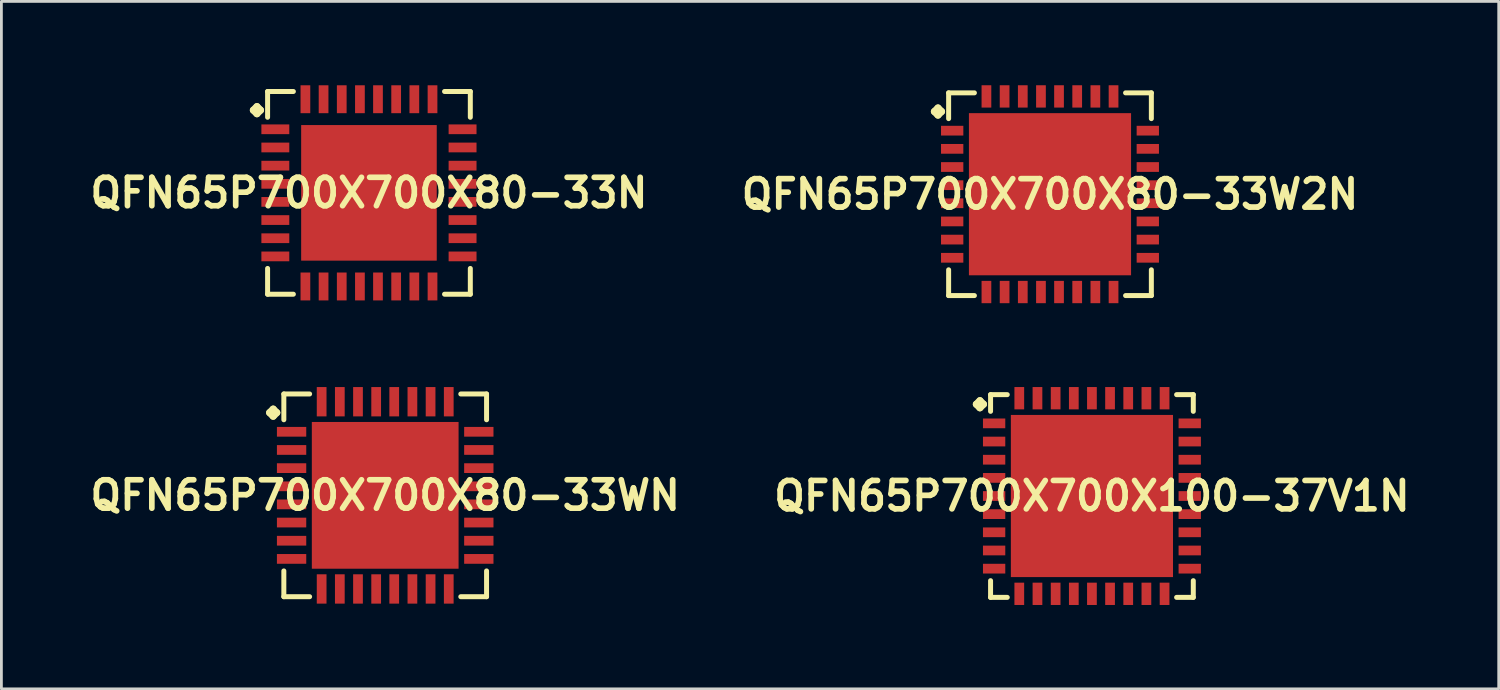
<source format=kicad_pcb>
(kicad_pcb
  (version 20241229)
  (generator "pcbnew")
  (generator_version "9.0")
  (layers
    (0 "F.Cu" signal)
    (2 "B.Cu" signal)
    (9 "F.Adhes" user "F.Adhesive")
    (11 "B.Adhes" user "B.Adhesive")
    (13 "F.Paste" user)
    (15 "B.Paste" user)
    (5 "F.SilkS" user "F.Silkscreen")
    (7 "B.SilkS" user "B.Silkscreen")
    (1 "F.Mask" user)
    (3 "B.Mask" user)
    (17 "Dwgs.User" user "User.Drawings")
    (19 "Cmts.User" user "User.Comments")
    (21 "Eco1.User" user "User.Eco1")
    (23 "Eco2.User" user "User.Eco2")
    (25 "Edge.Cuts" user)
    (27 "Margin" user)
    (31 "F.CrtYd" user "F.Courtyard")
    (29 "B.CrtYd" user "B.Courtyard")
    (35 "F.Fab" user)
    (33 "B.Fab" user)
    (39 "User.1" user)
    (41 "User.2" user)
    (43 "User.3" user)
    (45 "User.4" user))
  (footprint "QFN65P700X700X80-33WN"
    (layer "F.Cu")
    (at 10.726 14.665)
    (property "Reference" "QFN65P700X700X80-33WN" (at 0 0 0) (layer "F.SilkS") (effects (font (size 1.016 1.016) (thickness 0.203))))
    (attr smd)
    (fp_line (start -4.133 -2.957) (end -4.006 -3.084) (stroke (width 0.254) (type solid)) (layer "F.SilkS"))
    (fp_line (start -4.006 -3.084) (end -3.879 -2.957) (stroke (width 0.254) (type solid)) (layer "F.SilkS"))
    (fp_line (start -4.006 -2.83) (end -4.133 -2.957) (stroke (width 0.254) (type solid)) (layer "F.SilkS"))
    (fp_line (start -3.879 -2.957) (end -4.006 -2.83) (stroke (width 0.254) (type solid)) (layer "F.SilkS"))
    (fp_line (start -3.625 -3.625) (end -2.703 -3.625) (stroke (width 0.178) (type solid)) (layer "F.SilkS"))
    (fp_line (start -3.625 -2.703) (end -3.625 -3.625) (stroke (width 0.178) (type solid)) (layer "F.SilkS"))
    (fp_line (start -3.625 2.703) (end -3.625 3.625) (stroke (width 0.178) (type solid)) (layer "F.SilkS"))
    (fp_line (start -3.625 3.625) (end -2.703 3.625) (stroke (width 0.178) (type solid)) (layer "F.SilkS"))
    (fp_line (start 2.703 -3.625) (end 3.625 -3.625) (stroke (width 0.178) (type solid)) (layer "F.SilkS"))
    (fp_line (start 2.703 3.625) (end 3.625 3.625) (stroke (width 0.178) (type solid)) (layer "F.SilkS"))
    (fp_line (start 3.625 -3.625) (end 3.625 -2.703) (stroke (width 0.178) (type solid)) (layer "F.SilkS"))
    (fp_line (start 3.625 3.625) (end 3.625 2.703) (stroke (width 0.178) (type solid)) (layer "F.SilkS"))
    (pad "1" smd rect (at -3.348 -2.273) (size 1.049 0.348) (layers "F.Cu" "F.Mask" "F.Paste"))
    (pad "2" smd rect (at -3.348 -1.623) (size 1.049 0.348) (layers "F.Cu" "F.Mask" "F.Paste"))
    (pad "3" smd rect (at -3.348 -0.973) (size 1.049 0.348) (layers "F.Cu" "F.Mask" "F.Paste"))
    (pad "4" smd rect (at -3.348 -0.323) (size 1.049 0.348) (layers "F.Cu" "F.Mask" "F.Paste"))
    (pad "5" smd rect (at -3.348 0.323) (size 1.049 0.348) (layers "F.Cu" "F.Mask" "F.Paste"))
    (pad "6" smd rect (at -3.348 0.973) (size 1.049 0.348) (layers "F.Cu" "F.Mask" "F.Paste"))
    (pad "7" smd rect (at -3.348 1.623) (size 1.049 0.348) (layers "F.Cu" "F.Mask" "F.Paste"))
    (pad "8" smd rect (at -3.348 2.273) (size 1.049 0.348) (layers "F.Cu" "F.Mask" "F.Paste"))
    (pad "9" smd rect (at -2.273 3.348) (size 0.348 1.049) (layers "F.Cu" "F.Mask" "F.Paste"))
    (pad "10" smd rect (at -1.623 3.348) (size 0.348 1.049) (layers "F.Cu" "F.Mask" "F.Paste"))
    (pad "11" smd rect (at -0.973 3.348) (size 0.348 1.049) (layers "F.Cu" "F.Mask" "F.Paste"))
    (pad "12" smd rect (at -0.323 3.348) (size 0.348 1.049) (layers "F.Cu" "F.Mask" "F.Paste"))
    (pad "13" smd rect (at 0.323 3.348) (size 0.348 1.049) (layers "F.Cu" "F.Mask" "F.Paste"))
    (pad "14" smd rect (at 0.973 3.348) (size 0.348 1.049) (layers "F.Cu" "F.Mask" "F.Paste"))
    (pad "15" smd rect (at 1.623 3.348) (size 0.348 1.049) (layers "F.Cu" "F.Mask" "F.Paste"))
    (pad "16" smd rect (at 2.273 3.348) (size 0.348 1.049) (layers "F.Cu" "F.Mask" "F.Paste"))
    (pad "17" smd rect (at 3.348 2.273) (size 1.049 0.348) (layers "F.Cu" "F.Mask" "F.Paste"))
    (pad "18" smd rect (at 3.348 1.623) (size 1.049 0.348) (layers "F.Cu" "F.Mask" "F.Paste"))
    (pad "19" smd rect (at 3.348 0.973) (size 1.049 0.348) (layers "F.Cu" "F.Mask" "F.Paste"))
    (pad "20" smd rect (at 3.348 0.323) (size 1.049 0.348) (layers "F.Cu" "F.Mask" "F.Paste"))
    (pad "21" smd rect (at 3.348 -0.323) (size 1.049 0.348) (layers "F.Cu" "F.Mask" "F.Paste"))
    (pad "22" smd rect (at 3.348 -0.973) (size 1.049 0.348) (layers "F.Cu" "F.Mask" "F.Paste"))
    (pad "23" smd rect (at 3.348 -1.623) (size 1.049 0.348) (layers "F.Cu" "F.Mask" "F.Paste"))
    (pad "24" smd rect (at 3.348 -2.273) (size 1.049 0.348) (layers "F.Cu" "F.Mask" "F.Paste"))
    (pad "25" smd rect (at 2.273 -3.348) (size 0.348 1.049) (layers "F.Cu" "F.Mask" "F.Paste"))
    (pad "26" smd rect (at 1.623 -3.348) (size 0.348 1.049) (layers "F.Cu" "F.Mask" "F.Paste"))
    (pad "27" smd rect (at 0.973 -3.348) (size 0.348 1.049) (layers "F.Cu" "F.Mask" "F.Paste"))
    (pad "28" smd rect (at 0.323 -3.348) (size 0.348 1.049) (layers "F.Cu" "F.Mask" "F.Paste"))
    (pad "29" smd rect (at -0.323 -3.348) (size 0.348 1.049) (layers "F.Cu" "F.Mask" "F.Paste"))
    (pad "30" smd rect (at -0.973 -3.348) (size 0.348 1.049) (layers "F.Cu" "F.Mask" "F.Paste"))
    (pad "31" smd rect (at -1.623 -3.348) (size 0.348 1.049) (layers "F.Cu" "F.Mask" "F.Paste"))
    (pad "32" smd rect (at -2.273 -3.348) (size 0.348 1.049) (layers "F.Cu" "F.Mask" "F.Paste"))
    (pad "33" smd rect (at 0 0) (size 5.248 5.248) (layers "F.Cu" "F.Mask" "F.Paste")))
  (footprint "QFN65P700X700X80-33W2N"
    (layer "F.Cu")
    (at 34.501 3.896)
    (property "Reference" "QFN65P700X700X80-33W2N" (at 0 0 0) (layer "F.SilkS") (effects (font (size 1.016 1.016) (thickness 0.203))))
    (attr smd)
    (fp_line (start -4.133 -2.957) (end -4.006 -3.084) (stroke (width 0.254) (type solid)) (layer "F.SilkS"))
    (fp_line (start -4.006 -3.084) (end -3.879 -2.957) (stroke (width 0.254) (type solid)) (layer "F.SilkS"))
    (fp_line (start -4.006 -2.83) (end -4.133 -2.957) (stroke (width 0.254) (type solid)) (layer "F.SilkS"))
    (fp_line (start -3.879 -2.957) (end -4.006 -2.83) (stroke (width 0.254) (type solid)) (layer "F.SilkS"))
    (fp_line (start -3.625 -3.625) (end -2.703 -3.625) (stroke (width 0.178) (type solid)) (layer "F.SilkS"))
    (fp_line (start -3.625 -2.703) (end -3.625 -3.625) (stroke (width 0.178) (type solid)) (layer "F.SilkS"))
    (fp_line (start -3.625 2.703) (end -3.625 3.625) (stroke (width 0.178) (type solid)) (layer "F.SilkS"))
    (fp_line (start -3.625 3.625) (end -2.703 3.625) (stroke (width 0.178) (type solid)) (layer "F.SilkS"))
    (fp_line (start 2.703 -3.625) (end 3.625 -3.625) (stroke (width 0.178) (type solid)) (layer "F.SilkS"))
    (fp_line (start 2.703 3.625) (end 3.625 3.625) (stroke (width 0.178) (type solid)) (layer "F.SilkS"))
    (fp_line (start 3.625 -3.625) (end 3.625 -2.703) (stroke (width 0.178) (type solid)) (layer "F.SilkS"))
    (fp_line (start 3.625 3.625) (end 3.625 2.703) (stroke (width 0.178) (type solid)) (layer "F.SilkS"))
    (pad "1" smd rect (at -3.498 -2.273) (size 0.798 0.348) (layers "F.Cu" "F.Mask" "F.Paste"))
    (pad "2" smd rect (at -3.498 -1.623) (size 0.798 0.348) (layers "F.Cu" "F.Mask" "F.Paste"))
    (pad "3" smd rect (at -3.498 -0.973) (size 0.798 0.348) (layers "F.Cu" "F.Mask" "F.Paste"))
    (pad "4" smd rect (at -3.498 -0.323) (size 0.798 0.348) (layers "F.Cu" "F.Mask" "F.Paste"))
    (pad "5" smd rect (at -3.498 0.323) (size 0.798 0.348) (layers "F.Cu" "F.Mask" "F.Paste"))
    (pad "6" smd rect (at -3.498 0.973) (size 0.798 0.348) (layers "F.Cu" "F.Mask" "F.Paste"))
    (pad "7" smd rect (at -3.498 1.623) (size 0.798 0.348) (layers "F.Cu" "F.Mask" "F.Paste"))
    (pad "8" smd rect (at -3.498 2.273) (size 0.798 0.348) (layers "F.Cu" "F.Mask" "F.Paste"))
    (pad "9" smd rect (at -2.273 3.498) (size 0.348 0.798) (layers "F.Cu" "F.Mask" "F.Paste"))
    (pad "10" smd rect (at -1.623 3.498) (size 0.348 0.798) (layers "F.Cu" "F.Mask" "F.Paste"))
    (pad "11" smd rect (at -0.973 3.498) (size 0.348 0.798) (layers "F.Cu" "F.Mask" "F.Paste"))
    (pad "12" smd rect (at -0.323 3.498) (size 0.348 0.798) (layers "F.Cu" "F.Mask" "F.Paste"))
    (pad "13" smd rect (at 0.323 3.498) (size 0.348 0.798) (layers "F.Cu" "F.Mask" "F.Paste"))
    (pad "14" smd rect (at 0.973 3.498) (size 0.348 0.798) (layers "F.Cu" "F.Mask" "F.Paste"))
    (pad "15" smd rect (at 1.623 3.498) (size 0.348 0.798) (layers "F.Cu" "F.Mask" "F.Paste"))
    (pad "16" smd rect (at 2.273 3.498) (size 0.348 0.798) (layers "F.Cu" "F.Mask" "F.Paste"))
    (pad "17" smd rect (at 3.498 2.273) (size 0.798 0.348) (layers "F.Cu" "F.Mask" "F.Paste"))
    (pad "18" smd rect (at 3.498 1.623) (size 0.798 0.348) (layers "F.Cu" "F.Mask" "F.Paste"))
    (pad "19" smd rect (at 3.498 0.973) (size 0.798 0.348) (layers "F.Cu" "F.Mask" "F.Paste"))
    (pad "20" smd rect (at 3.498 0.323) (size 0.798 0.348) (layers "F.Cu" "F.Mask" "F.Paste"))
    (pad "21" smd rect (at 3.498 -0.323) (size 0.798 0.348) (layers "F.Cu" "F.Mask" "F.Paste"))
    (pad "22" smd rect (at 3.498 -0.973) (size 0.798 0.348) (layers "F.Cu" "F.Mask" "F.Paste"))
    (pad "23" smd rect (at 3.498 -1.623) (size 0.798 0.348) (layers "F.Cu" "F.Mask" "F.Paste"))
    (pad "24" smd rect (at 3.498 -2.273) (size 0.798 0.348) (layers "F.Cu" "F.Mask" "F.Paste"))
    (pad "25" smd rect (at 2.273 -3.498) (size 0.348 0.798) (layers "F.Cu" "F.Mask" "F.Paste"))
    (pad "26" smd rect (at 1.623 -3.498) (size 0.348 0.798) (layers "F.Cu" "F.Mask" "F.Paste"))
    (pad "27" smd rect (at 0.973 -3.498) (size 0.348 0.798) (layers "F.Cu" "F.Mask" "F.Paste"))
    (pad "28" smd rect (at 0.323 -3.498) (size 0.348 0.798) (layers "F.Cu" "F.Mask" "F.Paste"))
    (pad "29" smd rect (at -0.323 -3.498) (size 0.348 0.798) (layers "F.Cu" "F.Mask" "F.Paste"))
    (pad "30" smd rect (at -0.973 -3.498) (size 0.348 0.798) (layers "F.Cu" "F.Mask" "F.Paste"))
    (pad "31" smd rect (at -1.623 -3.498) (size 0.348 0.798) (layers "F.Cu" "F.Mask" "F.Paste"))
    (pad "32" smd rect (at -2.273 -3.498) (size 0.348 0.798) (layers "F.Cu" "F.Mask" "F.Paste"))
    (pad "33" smd rect (at 0 0) (size 5.799 5.799) (layers "F.Cu" "F.Mask" "F.Paste")))
  (footprint "QFN65P700X700X80-33N"
    (layer "F.Cu")
    (at 10.145 3.847)
    (property "Reference" "QFN65P700X700X80-33N" (at 0 0 0) (layer "F.SilkS") (effects (font (size 1.016 1.016) (thickness 0.203))))
    (attr smd)
    (fp_line (start -4.133 -2.957) (end -4.006 -3.084) (stroke (width 0.254) (type solid)) (layer "F.SilkS"))
    (fp_line (start -4.006 -3.084) (end -3.879 -2.957) (stroke (width 0.254) (type solid)) (layer "F.SilkS"))
    (fp_line (start -4.006 -2.83) (end -4.133 -2.957) (stroke (width 0.254) (type solid)) (layer "F.SilkS"))
    (fp_line (start -3.879 -2.957) (end -4.006 -2.83) (stroke (width 0.254) (type solid)) (layer "F.SilkS"))
    (fp_line (start -3.625 -3.625) (end -2.703 -3.625) (stroke (width 0.178) (type solid)) (layer "F.SilkS"))
    (fp_line (start -3.625 -2.703) (end -3.625 -3.625) (stroke (width 0.178) (type solid)) (layer "F.SilkS"))
    (fp_line (start -3.625 2.703) (end -3.625 3.625) (stroke (width 0.178) (type solid)) (layer "F.SilkS"))
    (fp_line (start -3.625 3.625) (end -2.703 3.625) (stroke (width 0.178) (type solid)) (layer "F.SilkS"))
    (fp_line (start 2.703 -3.625) (end 3.625 -3.625) (stroke (width 0.178) (type solid)) (layer "F.SilkS"))
    (fp_line (start 2.703 3.625) (end 3.625 3.625) (stroke (width 0.178) (type solid)) (layer "F.SilkS"))
    (fp_line (start 3.625 -3.625) (end 3.625 -2.703) (stroke (width 0.178) (type solid)) (layer "F.SilkS"))
    (fp_line (start 3.625 3.625) (end 3.625 2.703) (stroke (width 0.178) (type solid)) (layer "F.SilkS"))
    (pad "1" smd rect (at -3.348 -2.273) (size 0.998 0.348) (layers "F.Cu" "F.Mask" "F.Paste"))
    (pad "2" smd rect (at -3.348 -1.623) (size 0.998 0.348) (layers "F.Cu" "F.Mask" "F.Paste"))
    (pad "3" smd rect (at -3.348 -0.973) (size 0.998 0.348) (layers "F.Cu" "F.Mask" "F.Paste"))
    (pad "4" smd rect (at -3.348 -0.323) (size 0.998 0.348) (layers "F.Cu" "F.Mask" "F.Paste"))
    (pad "5" smd rect (at -3.348 0.323) (size 0.998 0.348) (layers "F.Cu" "F.Mask" "F.Paste"))
    (pad "6" smd rect (at -3.348 0.973) (size 0.998 0.348) (layers "F.Cu" "F.Mask" "F.Paste"))
    (pad "7" smd rect (at -3.348 1.623) (size 0.998 0.348) (layers "F.Cu" "F.Mask" "F.Paste"))
    (pad "8" smd rect (at -3.348 2.273) (size 0.998 0.348) (layers "F.Cu" "F.Mask" "F.Paste"))
    (pad "9" smd rect (at -2.273 3.348) (size 0.348 0.998) (layers "F.Cu" "F.Mask" "F.Paste"))
    (pad "10" smd rect (at -1.623 3.348) (size 0.348 0.998) (layers "F.Cu" "F.Mask" "F.Paste"))
    (pad "11" smd rect (at -0.973 3.348) (size 0.348 0.998) (layers "F.Cu" "F.Mask" "F.Paste"))
    (pad "12" smd rect (at -0.323 3.348) (size 0.348 0.998) (layers "F.Cu" "F.Mask" "F.Paste"))
    (pad "13" smd rect (at 0.323 3.348) (size 0.348 0.998) (layers "F.Cu" "F.Mask" "F.Paste"))
    (pad "14" smd rect (at 0.973 3.348) (size 0.348 0.998) (layers "F.Cu" "F.Mask" "F.Paste"))
    (pad "15" smd rect (at 1.623 3.348) (size 0.348 0.998) (layers "F.Cu" "F.Mask" "F.Paste"))
    (pad "16" smd rect (at 2.273 3.348) (size 0.348 0.998) (layers "F.Cu" "F.Mask" "F.Paste"))
    (pad "17" smd rect (at 3.348 2.273) (size 0.998 0.348) (layers "F.Cu" "F.Mask" "F.Paste"))
    (pad "18" smd rect (at 3.348 1.623) (size 0.998 0.348) (layers "F.Cu" "F.Mask" "F.Paste"))
    (pad "19" smd rect (at 3.348 0.973) (size 0.998 0.348) (layers "F.Cu" "F.Mask" "F.Paste"))
    (pad "20" smd rect (at 3.348 0.323) (size 0.998 0.348) (layers "F.Cu" "F.Mask" "F.Paste"))
    (pad "21" smd rect (at 3.348 -0.323) (size 0.998 0.348) (layers "F.Cu" "F.Mask" "F.Paste"))
    (pad "22" smd rect (at 3.348 -0.973) (size 0.998 0.348) (layers "F.Cu" "F.Mask" "F.Paste"))
    (pad "23" smd rect (at 3.348 -1.623) (size 0.998 0.348) (layers "F.Cu" "F.Mask" "F.Paste"))
    (pad "24" smd rect (at 3.348 -2.273) (size 0.998 0.348) (layers "F.Cu" "F.Mask" "F.Paste"))
    (pad "25" smd rect (at 2.273 -3.348) (size 0.348 0.998) (layers "F.Cu" "F.Mask" "F.Paste"))
    (pad "26" smd rect (at 1.623 -3.348) (size 0.348 0.998) (layers "F.Cu" "F.Mask" "F.Paste"))
    (pad "27" smd rect (at 0.973 -3.348) (size 0.348 0.998) (layers "F.Cu" "F.Mask" "F.Paste"))
    (pad "28" smd rect (at 0.323 -3.348) (size 0.348 0.998) (layers "F.Cu" "F.Mask" "F.Paste"))
    (pad "29" smd rect (at -0.323 -3.348) (size 0.348 0.998) (layers "F.Cu" "F.Mask" "F.Paste"))
    (pad "30" smd rect (at -0.973 -3.348) (size 0.348 0.998) (layers "F.Cu" "F.Mask" "F.Paste"))
    (pad "31" smd rect (at -1.623 -3.348) (size 0.348 0.998) (layers "F.Cu" "F.Mask" "F.Paste"))
    (pad "32" smd rect (at -2.273 -3.348) (size 0.348 0.998) (layers "F.Cu" "F.Mask" "F.Paste"))
    (pad "33" smd rect (at 0 0) (size 4.849 4.849) (layers "F.Cu" "F.Mask" "F.Paste")))
  (footprint "QFN65P700X700X100-37V1N"
    (layer "F.Cu")
    (at 36.001 14.689)
    (property "Reference" "QFN65P700X700X100-37V1N" (at 0 0 0) (layer "F.SilkS") (effects (font (size 1.016 1.016) (thickness 0.203))))
    (attr smd)
    (fp_line (start -4.133 -3.282) (end -4.006 -3.409) (stroke (width 0.254) (type solid)) (layer "F.SilkS"))
    (fp_line (start -4.006 -3.409) (end -3.879 -3.282) (stroke (width 0.254) (type solid)) (layer "F.SilkS"))
    (fp_line (start -4.006 -3.155) (end -4.133 -3.282) (stroke (width 0.254) (type solid)) (layer "F.SilkS"))
    (fp_line (start -3.879 -3.282) (end -4.006 -3.155) (stroke (width 0.254) (type solid)) (layer "F.SilkS"))
    (fp_line (start -3.625 -3.625) (end -3.028 -3.625) (stroke (width 0.178) (type solid)) (layer "F.SilkS"))
    (fp_line (start -3.625 -3.028) (end -3.625 -3.625) (stroke (width 0.178) (type solid)) (layer "F.SilkS"))
    (fp_line (start -3.625 3.028) (end -3.625 3.625) (stroke (width 0.178) (type solid)) (layer "F.SilkS"))
    (fp_line (start -3.625 3.625) (end -3.028 3.625) (stroke (width 0.178) (type solid)) (layer "F.SilkS"))
    (fp_line (start 3.028 -3.625) (end 3.625 -3.625) (stroke (width 0.178) (type solid)) (layer "F.SilkS"))
    (fp_line (start 3.028 3.625) (end 3.625 3.625) (stroke (width 0.178) (type solid)) (layer "F.SilkS"))
    (fp_line (start 3.625 -3.625) (end 3.625 -3.028) (stroke (width 0.178) (type solid)) (layer "F.SilkS"))
    (fp_line (start 3.625 3.625) (end 3.625 3.028) (stroke (width 0.178) (type solid)) (layer "F.SilkS"))
    (pad "1" smd rect (at -3.498 -2.598) (size 0.798 0.348) (layers "F.Cu" "F.Mask" "F.Paste"))
    (pad "2" smd rect (at -3.498 -1.948) (size 0.798 0.348) (layers "F.Cu" "F.Mask" "F.Paste"))
    (pad "3" smd rect (at -3.498 -1.298) (size 0.798 0.348) (layers "F.Cu" "F.Mask" "F.Paste"))
    (pad "4" smd rect (at -3.498 -0.648) (size 0.798 0.348) (layers "F.Cu" "F.Mask" "F.Paste"))
    (pad "5" smd rect (at -3.498 0) (size 0.798 0.348) (layers "F.Cu" "F.Mask" "F.Paste"))
    (pad "6" smd rect (at -3.498 0.648) (size 0.798 0.348) (layers "F.Cu" "F.Mask" "F.Paste"))
    (pad "7" smd rect (at -3.498 1.298) (size 0.798 0.348) (layers "F.Cu" "F.Mask" "F.Paste"))
    (pad "8" smd rect (at -3.498 1.948) (size 0.798 0.348) (layers "F.Cu" "F.Mask" "F.Paste"))
    (pad "9" smd rect (at -3.498 2.598) (size 0.798 0.348) (layers "F.Cu" "F.Mask" "F.Paste"))
    (pad "10" smd rect (at -2.598 3.498) (size 0.348 0.798) (layers "F.Cu" "F.Mask" "F.Paste"))
    (pad "11" smd rect (at -1.948 3.498) (size 0.348 0.798) (layers "F.Cu" "F.Mask" "F.Paste"))
    (pad "12" smd rect (at -1.298 3.498) (size 0.348 0.798) (layers "F.Cu" "F.Mask" "F.Paste"))
    (pad "13" smd rect (at -0.648 3.498) (size 0.348 0.798) (layers "F.Cu" "F.Mask" "F.Paste"))
    (pad "14" smd rect (at 0 3.498) (size 0.348 0.798) (layers "F.Cu" "F.Mask" "F.Paste"))
    (pad "15" smd rect (at 0.648 3.498) (size 0.348 0.798) (layers "F.Cu" "F.Mask" "F.Paste"))
    (pad "16" smd rect (at 1.298 3.498) (size 0.348 0.798) (layers "F.Cu" "F.Mask" "F.Paste"))
    (pad "17" smd rect (at 1.948 3.498) (size 0.348 0.798) (layers "F.Cu" "F.Mask" "F.Paste"))
    (pad "18" smd rect (at 2.598 3.498) (size 0.348 0.798) (layers "F.Cu" "F.Mask" "F.Paste"))
    (pad "19" smd rect (at 3.498 2.598) (size 0.798 0.348) (layers "F.Cu" "F.Mask" "F.Paste"))
    (pad "20" smd rect (at 3.498 1.948) (size 0.798 0.348) (layers "F.Cu" "F.Mask" "F.Paste"))
    (pad "21" smd rect (at 3.498 1.298) (size 0.798 0.348) (layers "F.Cu" "F.Mask" "F.Paste"))
    (pad "22" smd rect (at 3.498 0.648) (size 0.798 0.348) (layers "F.Cu" "F.Mask" "F.Paste"))
    (pad "23" smd rect (at 3.498 0) (size 0.798 0.348) (layers "F.Cu" "F.Mask" "F.Paste"))
    (pad "24" smd rect (at 3.498 -0.648) (size 0.798 0.348) (layers "F.Cu" "F.Mask" "F.Paste"))
    (pad "25" smd rect (at 3.498 -1.298) (size 0.798 0.348) (layers "F.Cu" "F.Mask" "F.Paste"))
    (pad "26" smd rect (at 3.498 -1.948) (size 0.798 0.348) (layers "F.Cu" "F.Mask" "F.Paste"))
    (pad "27" smd rect (at 3.498 -2.598) (size 0.798 0.348) (layers "F.Cu" "F.Mask" "F.Paste"))
    (pad "28" smd rect (at 2.598 -3.498) (size 0.348 0.798) (layers "F.Cu" "F.Mask" "F.Paste"))
    (pad "29" smd rect (at 1.948 -3.498) (size 0.348 0.798) (layers "F.Cu" "F.Mask" "F.Paste"))
    (pad "30" smd rect (at 1.298 -3.498) (size 0.348 0.798) (layers "F.Cu" "F.Mask" "F.Paste"))
    (pad "31" smd rect (at 0.648 -3.498) (size 0.348 0.798) (layers "F.Cu" "F.Mask" "F.Paste"))
    (pad "32" smd rect (at 0 -3.498) (size 0.348 0.798) (layers "F.Cu" "F.Mask" "F.Paste"))
    (pad "33" smd rect (at -0.648 -3.498) (size 0.348 0.798) (layers "F.Cu" "F.Mask" "F.Paste"))
    (pad "34" smd rect (at -1.298 -3.498) (size 0.348 0.798) (layers "F.Cu" "F.Mask" "F.Paste"))
    (pad "35" smd rect (at -1.948 -3.498) (size 0.348 0.798) (layers "F.Cu" "F.Mask" "F.Paste"))
    (pad "36" smd rect (at -2.598 -3.498) (size 0.348 0.798) (layers "F.Cu" "F.Mask" "F.Paste"))
    (pad "37" smd rect (at 0 0) (size 5.799 5.799) (layers "F.Cu" "F.Mask" "F.Paste")))
  (gr_rect
    (start -3 -3)
    (end 50.549 21.585)
    (stroke (width 0.1) (type default))
    (fill no)
    (layer "Edge.Cuts")))
</source>
